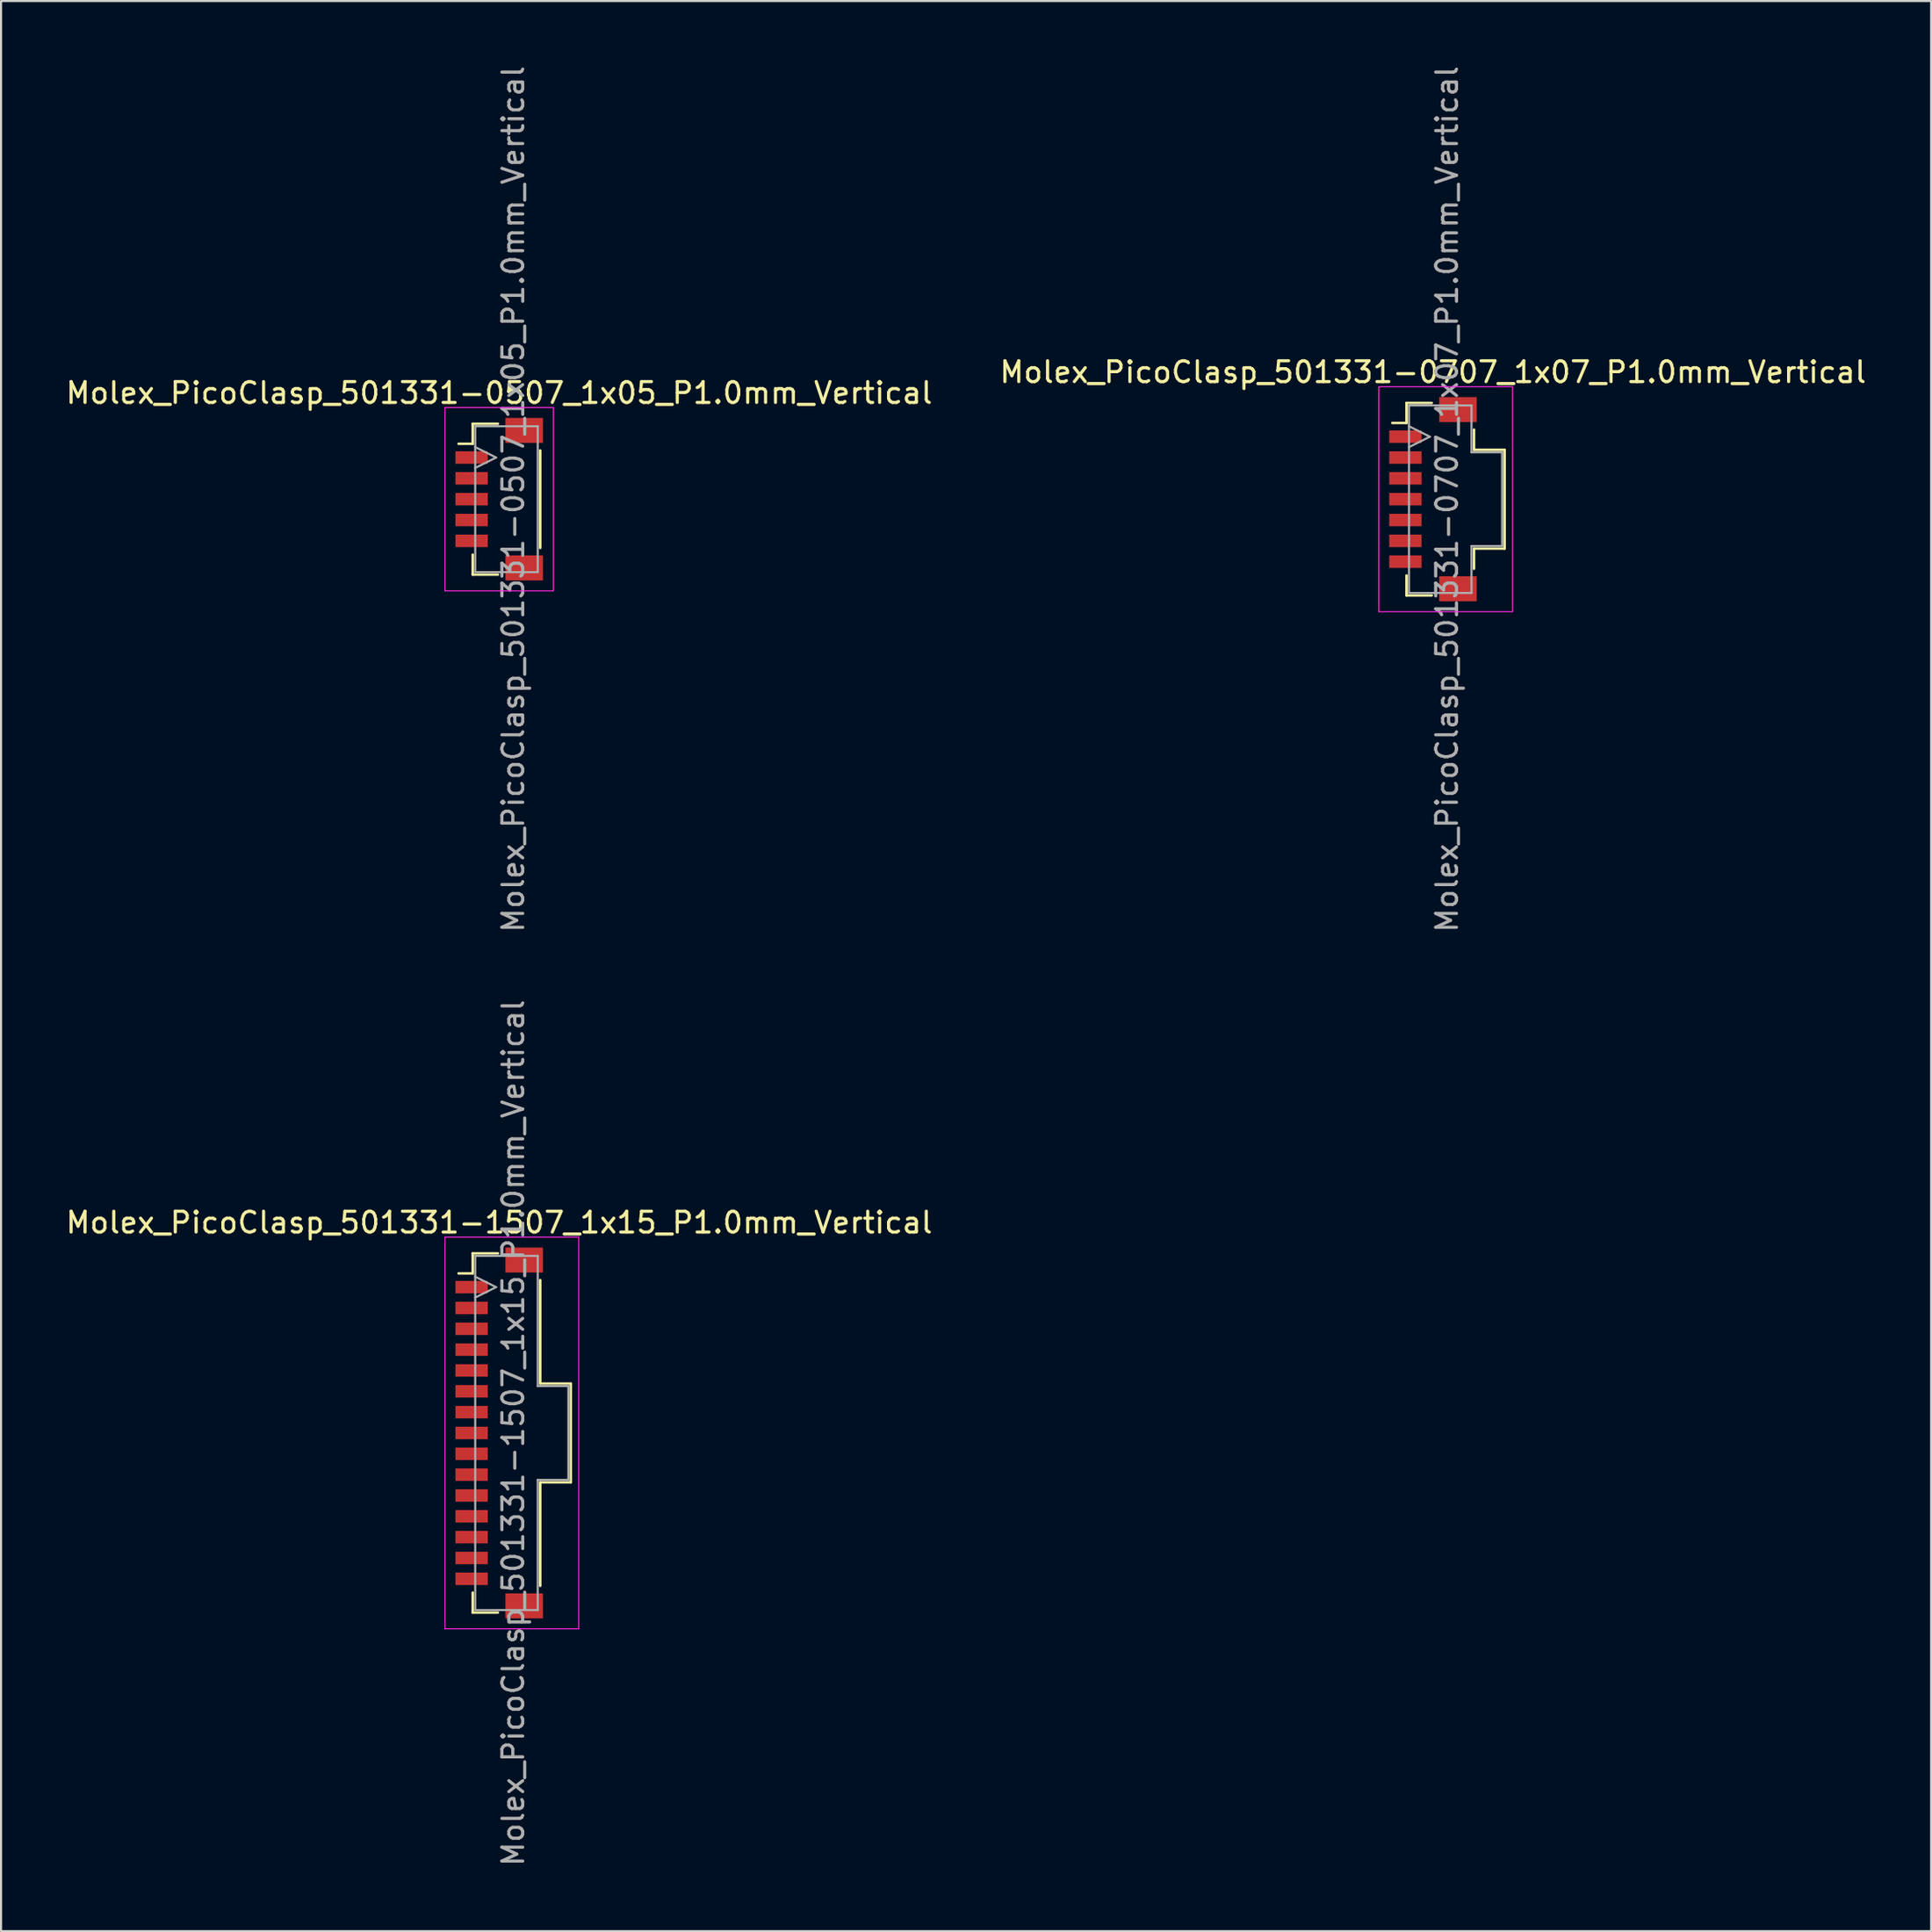
<source format=kicad_pcb>
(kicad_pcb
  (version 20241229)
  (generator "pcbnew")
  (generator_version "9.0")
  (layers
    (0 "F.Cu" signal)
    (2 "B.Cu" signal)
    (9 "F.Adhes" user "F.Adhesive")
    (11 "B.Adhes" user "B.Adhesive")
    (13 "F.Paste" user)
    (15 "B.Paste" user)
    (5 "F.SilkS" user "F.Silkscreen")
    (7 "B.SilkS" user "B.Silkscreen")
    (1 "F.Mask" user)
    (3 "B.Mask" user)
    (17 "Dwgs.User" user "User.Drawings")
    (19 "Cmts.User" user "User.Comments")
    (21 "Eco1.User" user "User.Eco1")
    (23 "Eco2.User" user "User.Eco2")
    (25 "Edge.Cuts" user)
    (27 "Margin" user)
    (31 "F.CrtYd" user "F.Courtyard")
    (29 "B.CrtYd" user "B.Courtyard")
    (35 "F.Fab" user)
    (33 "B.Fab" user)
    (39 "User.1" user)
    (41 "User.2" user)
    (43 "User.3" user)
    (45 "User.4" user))
  (footprint "Molex_PicoClasp_501331-0707_1x07_P1.0mm_Vertical"
    (layer "F.Cu")
    (at 65.732 20.911)
    (property "Reference" "Molex_PicoClasp_501331-0707_1x07_P1.0mm_Vertical" (at 0 -6.1 0) (layer "F.SilkS") (effects (font (size 1 1) (thickness 0.15))))
    (attr smd)
    (fp_line (start -1.95 -3.66) (end -1.27 -3.66) (stroke (width 0.12) (type solid)) (layer "F.SilkS"))
    (fp_line (start -1.27 -4.62) (end -0.06 -4.62) (stroke (width 0.12) (type solid)) (layer "F.SilkS"))
    (fp_line (start -1.27 -3.66) (end -1.27 -4.62) (stroke (width 0.12) (type solid)) (layer "F.SilkS"))
    (fp_line (start -1.27 3.66) (end -1.27 4.62) (stroke (width 0.12) (type solid)) (layer "F.SilkS"))
    (fp_line (start -1.27 4.62) (end -0.06 4.62) (stroke (width 0.12) (type solid)) (layer "F.SilkS"))
    (fp_line (start 1.97 -3.34) (end 1.97 -2.37) (stroke (width 0.12) (type solid)) (layer "F.SilkS"))
    (fp_line (start 1.97 -2.37) (end 3.44 -2.37) (stroke (width 0.12) (type solid)) (layer "F.SilkS"))
    (fp_line (start 1.97 2.37) (end 1.97 3.34) (stroke (width 0.12) (type solid)) (layer "F.SilkS"))
    (fp_line (start 3.44 -2.37) (end 3.44 2.37) (stroke (width 0.12) (type solid)) (layer "F.SilkS"))
    (fp_line (start 3.44 2.37) (end 1.97 2.37) (stroke (width 0.12) (type solid)) (layer "F.SilkS"))
    (fp_line (start -2.6 -5.4) (end -2.6 5.4) (stroke (width 0.05) (type solid)) (layer "F.CrtYd"))
    (fp_line (start -2.6 5.4) (end 3.82 5.4) (stroke (width 0.05) (type solid)) (layer "F.CrtYd"))
    (fp_line (start 3.82 -5.4) (end -2.6 -5.4) (stroke (width 0.05) (type solid)) (layer "F.CrtYd"))
    (fp_line (start 3.82 5.4) (end 3.82 -5.4) (stroke (width 0.05) (type solid)) (layer "F.CrtYd"))
    (fp_line (start -1.15 -4.5) (end 1.85 -4.5) (stroke (width 0.1) (type solid)) (layer "F.Fab"))
    (fp_line (start -1.15 -2.5) (end -0.15 -3) (stroke (width 0.1) (type solid)) (layer "F.Fab"))
    (fp_line (start -1.15 4.5) (end -1.15 -4.5) (stroke (width 0.1) (type solid)) (layer "F.Fab"))
    (fp_line (start -0.15 -3) (end -1.15 -3.5) (stroke (width 0.1) (type solid)) (layer "F.Fab"))
    (fp_line (start 1.85 -4.5) (end 1.85 -2.25) (stroke (width 0.1) (type solid)) (layer "F.Fab"))
    (fp_line (start 1.85 -2.25) (end 3.32 -2.25) (stroke (width 0.1) (type solid)) (layer "F.Fab"))
    (fp_line (start 1.85 2.25) (end 1.85 4.5) (stroke (width 0.1) (type solid)) (layer "F.Fab"))
    (fp_line (start 1.85 4.5) (end -1.15 4.5) (stroke (width 0.1) (type solid)) (layer "F.Fab"))
    (fp_line (start 3.32 -2.25) (end 3.32 2.25) (stroke (width 0.1) (type solid)) (layer "F.Fab"))
    (fp_line (start 3.32 2.25) (end 1.85 2.25) (stroke (width 0.1) (type solid)) (layer "F.Fab"))
    (fp_text user "${REFERENCE}" (at 0.675 0 90) (layer "F.Fab") (effects (font (size 1 1) (thickness 0.15))))
    (pad "" smd rect (at 1.2 -4.3) (size 1.8 1.2) (layers "F.Cu" "F.Mask" "F.Paste"))
    (pad "" smd rect (at 1.2 4.3) (size 1.8 1.2) (layers "F.Cu" "F.Mask" "F.Paste"))
    (pad "1" smd rect (at -1.325 -3) (size 1.55 0.6) (layers "F.Cu" "F.Mask" "F.Paste"))
    (pad "2" smd rect (at -1.325 -2) (size 1.55 0.6) (layers "F.Cu" "F.Mask" "F.Paste"))
    (pad "3" smd rect (at -1.325 -1) (size 1.55 0.6) (layers "F.Cu" "F.Mask" "F.Paste"))
    (pad "4" smd rect (at -1.325 0) (size 1.55 0.6) (layers "F.Cu" "F.Mask" "F.Paste"))
    (pad "5" smd rect (at -1.325 1) (size 1.55 0.6) (layers "F.Cu" "F.Mask" "F.Paste"))
    (pad "6" smd rect (at -1.325 2) (size 1.55 0.6) (layers "F.Cu" "F.Mask" "F.Paste"))
    (pad "7" smd rect (at -1.325 3) (size 1.55 0.6) (layers "F.Cu" "F.Mask" "F.Paste")))
  (footprint "Molex_PicoClasp_501331-0507_1x05_P1.0mm_Vertical"
    (layer "F.Cu")
    (at 20.911 20.911)
    (property "Reference" "Molex_PicoClasp_501331-0507_1x05_P1.0mm_Vertical" (at 0 -5.1 0) (layer "F.SilkS") (effects (font (size 1 1) (thickness 0.15))))
    (attr smd)
    (fp_line (start -1.95 -2.66) (end -1.27 -2.66) (stroke (width 0.12) (type solid)) (layer "F.SilkS"))
    (fp_line (start -1.27 -3.62) (end -0.06 -3.62) (stroke (width 0.12) (type solid)) (layer "F.SilkS"))
    (fp_line (start -1.27 -2.66) (end -1.27 -3.62) (stroke (width 0.12) (type solid)) (layer "F.SilkS"))
    (fp_line (start -1.27 2.66) (end -1.27 3.62) (stroke (width 0.12) (type solid)) (layer "F.SilkS"))
    (fp_line (start -1.27 3.62) (end -0.06 3.62) (stroke (width 0.12) (type solid)) (layer "F.SilkS"))
    (fp_line (start 1.97 -2.34) (end 1.97 2.34) (stroke (width 0.12) (type solid)) (layer "F.SilkS"))
    (fp_line (start -2.6 -4.4) (end -2.6 4.4) (stroke (width 0.05) (type solid)) (layer "F.CrtYd"))
    (fp_line (start -2.6 4.4) (end 2.6 4.4) (stroke (width 0.05) (type solid)) (layer "F.CrtYd"))
    (fp_line (start 2.6 -4.4) (end -2.6 -4.4) (stroke (width 0.05) (type solid)) (layer "F.CrtYd"))
    (fp_line (start 2.6 4.4) (end 2.6 -4.4) (stroke (width 0.05) (type solid)) (layer "F.CrtYd"))
    (fp_line (start -1.15 -3.5) (end -1.15 3.5) (stroke (width 0.1) (type solid)) (layer "F.Fab"))
    (fp_line (start -1.15 -1.5) (end -0.15 -2) (stroke (width 0.1) (type solid)) (layer "F.Fab"))
    (fp_line (start -1.15 3.5) (end 1.85 3.5) (stroke (width 0.1) (type solid)) (layer "F.Fab"))
    (fp_line (start -0.15 -2) (end -1.15 -2.5) (stroke (width 0.1) (type solid)) (layer "F.Fab"))
    (fp_line (start 1.85 -3.5) (end -1.15 -3.5) (stroke (width 0.1) (type solid)) (layer "F.Fab"))
    (fp_line (start 1.85 3.5) (end 1.85 -3.5) (stroke (width 0.1) (type solid)) (layer "F.Fab"))
    (fp_text user "${REFERENCE}" (at 0.675 0 90) (layer "F.Fab") (effects (font (size 1 1) (thickness 0.15))))
    (pad "" smd rect (at 1.2 -3.3) (size 1.8 1.2) (layers "F.Cu" "F.Mask" "F.Paste"))
    (pad "" smd rect (at 1.2 3.3) (size 1.8 1.2) (layers "F.Cu" "F.Mask" "F.Paste"))
    (pad "1" smd rect (at -1.325 -2) (size 1.55 0.6) (layers "F.Cu" "F.Mask" "F.Paste"))
    (pad "2" smd rect (at -1.325 -1) (size 1.55 0.6) (layers "F.Cu" "F.Mask" "F.Paste"))
    (pad "3" smd rect (at -1.325 0) (size 1.55 0.6) (layers "F.Cu" "F.Mask" "F.Paste"))
    (pad "4" smd rect (at -1.325 1) (size 1.55 0.6) (layers "F.Cu" "F.Mask" "F.Paste"))
    (pad "5" smd rect (at -1.325 2) (size 1.55 0.6) (layers "F.Cu" "F.Mask" "F.Paste")))
  (footprint "Molex_PicoClasp_501331-1507_1x15_P1.0mm_Vertical"
    (layer "F.Cu")
    (at 20.911 65.732)
    (property "Reference" "Molex_PicoClasp_501331-1507_1x15_P1.0mm_Vertical" (at 0 -10.1 0) (layer "F.SilkS") (effects (font (size 1 1) (thickness 0.15))))
    (attr smd)
    (fp_line (start -1.95 -7.66) (end -1.27 -7.66) (stroke (width 0.12) (type solid)) (layer "F.SilkS"))
    (fp_line (start -1.27 -8.62) (end -0.06 -8.62) (stroke (width 0.12) (type solid)) (layer "F.SilkS"))
    (fp_line (start -1.27 -7.66) (end -1.27 -8.62) (stroke (width 0.12) (type solid)) (layer "F.SilkS"))
    (fp_line (start -1.27 7.66) (end -1.27 8.62) (stroke (width 0.12) (type solid)) (layer "F.SilkS"))
    (fp_line (start -1.27 8.62) (end -0.06 8.62) (stroke (width 0.12) (type solid)) (layer "F.SilkS"))
    (fp_line (start 1.97 -7.34) (end 1.97 -2.37) (stroke (width 0.12) (type solid)) (layer "F.SilkS"))
    (fp_line (start 1.97 -2.37) (end 3.44 -2.37) (stroke (width 0.12) (type solid)) (layer "F.SilkS"))
    (fp_line (start 1.97 2.37) (end 1.97 7.34) (stroke (width 0.12) (type solid)) (layer "F.SilkS"))
    (fp_line (start 3.44 -2.37) (end 3.44 2.37) (stroke (width 0.12) (type solid)) (layer "F.SilkS"))
    (fp_line (start 3.44 2.37) (end 1.97 2.37) (stroke (width 0.12) (type solid)) (layer "F.SilkS"))
    (fp_line (start -2.6 -9.4) (end -2.6 9.4) (stroke (width 0.05) (type solid)) (layer "F.CrtYd"))
    (fp_line (start -2.6 9.4) (end 3.82 9.4) (stroke (width 0.05) (type solid)) (layer "F.CrtYd"))
    (fp_line (start 3.82 -9.4) (end -2.6 -9.4) (stroke (width 0.05) (type solid)) (layer "F.CrtYd"))
    (fp_line (start 3.82 9.4) (end 3.82 -9.4) (stroke (width 0.05) (type solid)) (layer "F.CrtYd"))
    (fp_line (start -1.15 -8.5) (end 1.85 -8.5) (stroke (width 0.1) (type solid)) (layer "F.Fab"))
    (fp_line (start -1.15 -6.5) (end -0.15 -7) (stroke (width 0.1) (type solid)) (layer "F.Fab"))
    (fp_line (start -1.15 8.5) (end -1.15 -8.5) (stroke (width 0.1) (type solid)) (layer "F.Fab"))
    (fp_line (start -0.15 -7) (end -1.15 -7.5) (stroke (width 0.1) (type solid)) (layer "F.Fab"))
    (fp_line (start 1.85 -8.5) (end 1.85 -2.25) (stroke (width 0.1) (type solid)) (layer "F.Fab"))
    (fp_line (start 1.85 -2.25) (end 3.32 -2.25) (stroke (width 0.1) (type solid)) (layer "F.Fab"))
    (fp_line (start 1.85 2.25) (end 1.85 8.5) (stroke (width 0.1) (type solid)) (layer "F.Fab"))
    (fp_line (start 1.85 8.5) (end -1.15 8.5) (stroke (width 0.1) (type solid)) (layer "F.Fab"))
    (fp_line (start 3.32 -2.25) (end 3.32 2.25) (stroke (width 0.1) (type solid)) (layer "F.Fab"))
    (fp_line (start 3.32 2.25) (end 1.85 2.25) (stroke (width 0.1) (type solid)) (layer "F.Fab"))
    (fp_text user "${REFERENCE}" (at 0.675 0 90) (layer "F.Fab") (effects (font (size 1 1) (thickness 0.15))))
    (pad "" smd rect (at 1.2 -8.3) (size 1.8 1.2) (layers "F.Cu" "F.Mask" "F.Paste"))
    (pad "" smd rect (at 1.2 8.3) (size 1.8 1.2) (layers "F.Cu" "F.Mask" "F.Paste"))
    (pad "1" smd rect (at -1.325 -7) (size 1.55 0.6) (layers "F.Cu" "F.Mask" "F.Paste"))
    (pad "2" smd rect (at -1.325 -6) (size 1.55 0.6) (layers "F.Cu" "F.Mask" "F.Paste"))
    (pad "3" smd rect (at -1.325 -5) (size 1.55 0.6) (layers "F.Cu" "F.Mask" "F.Paste"))
    (pad "4" smd rect (at -1.325 -4) (size 1.55 0.6) (layers "F.Cu" "F.Mask" "F.Paste"))
    (pad "5" smd rect (at -1.325 -3) (size 1.55 0.6) (layers "F.Cu" "F.Mask" "F.Paste"))
    (pad "6" smd rect (at -1.325 -2) (size 1.55 0.6) (layers "F.Cu" "F.Mask" "F.Paste"))
    (pad "7" smd rect (at -1.325 -1) (size 1.55 0.6) (layers "F.Cu" "F.Mask" "F.Paste"))
    (pad "8" smd rect (at -1.325 0) (size 1.55 0.6) (layers "F.Cu" "F.Mask" "F.Paste"))
    (pad "9" smd rect (at -1.325 1) (size 1.55 0.6) (layers "F.Cu" "F.Mask" "F.Paste"))
    (pad "10" smd rect (at -1.325 2) (size 1.55 0.6) (layers "F.Cu" "F.Mask" "F.Paste"))
    (pad "11" smd rect (at -1.325 3) (size 1.55 0.6) (layers "F.Cu" "F.Mask" "F.Paste"))
    (pad "12" smd rect (at -1.325 4) (size 1.55 0.6) (layers "F.Cu" "F.Mask" "F.Paste"))
    (pad "13" smd rect (at -1.325 5) (size 1.55 0.6) (layers "F.Cu" "F.Mask" "F.Paste"))
    (pad "14" smd rect (at -1.325 6) (size 1.55 0.6) (layers "F.Cu" "F.Mask" "F.Paste"))
    (pad "15" smd rect (at -1.325 7) (size 1.55 0.6) (layers "F.Cu" "F.Mask" "F.Paste")))
  (gr_rect
    (start -3 -3)
    (end 89.643 89.643)
    (stroke (width 0.1) (type default))
    (fill no)
    (layer "Edge.Cuts")))
</source>
